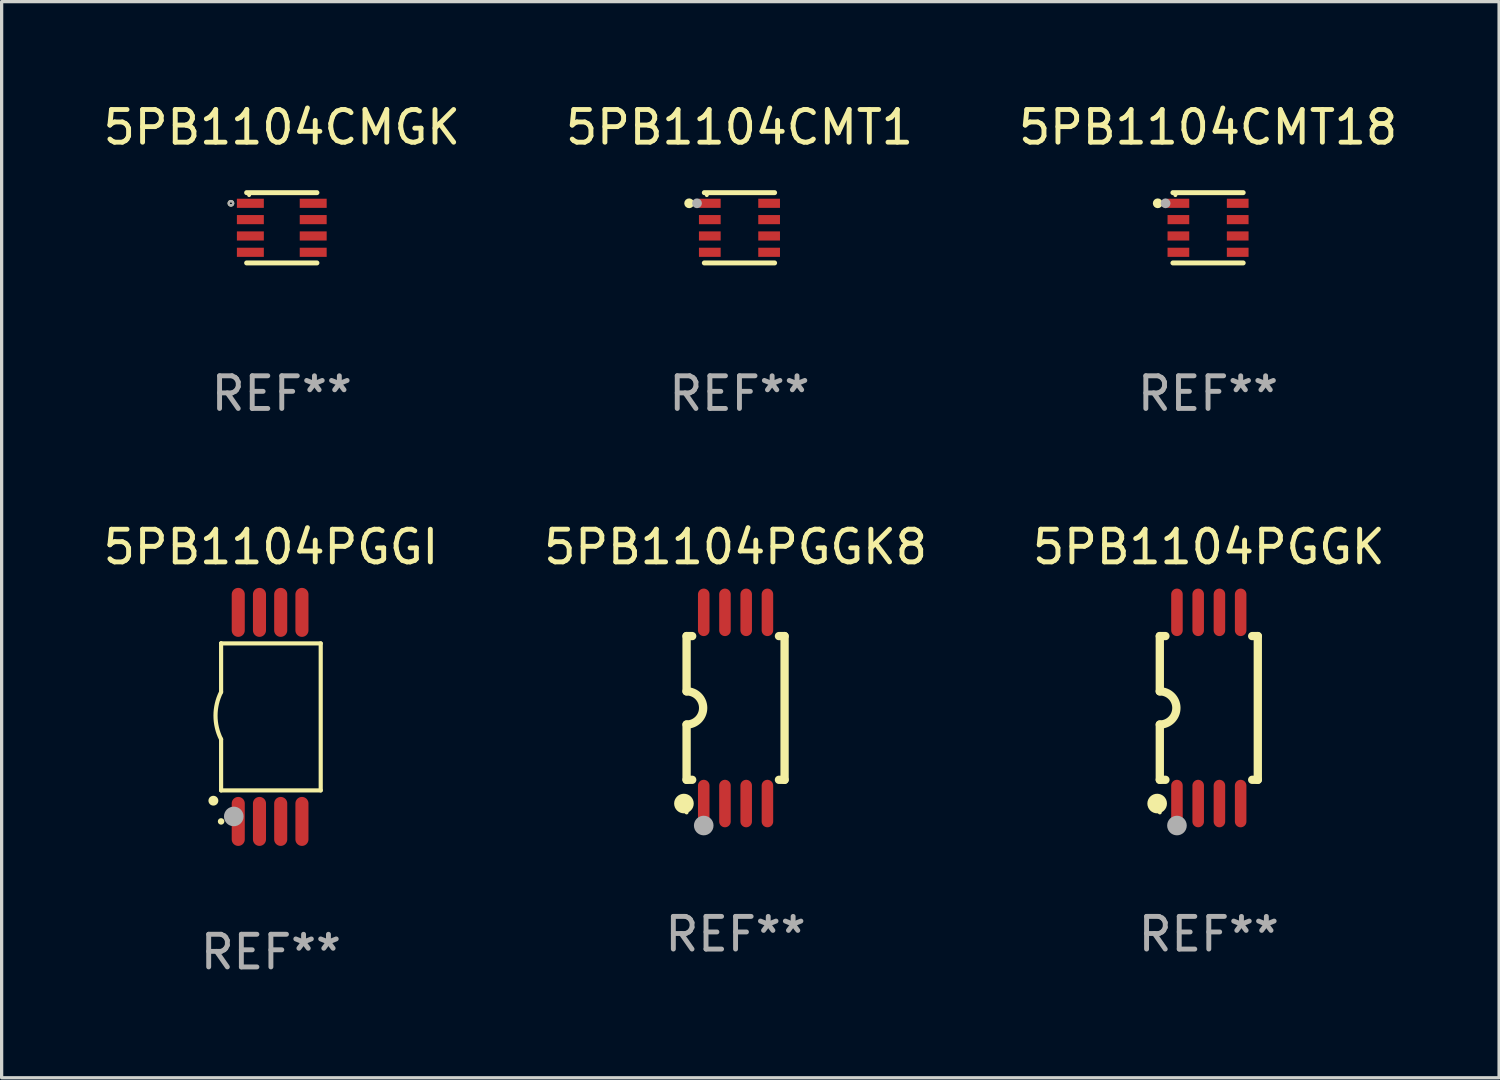
<source format=kicad_pcb>
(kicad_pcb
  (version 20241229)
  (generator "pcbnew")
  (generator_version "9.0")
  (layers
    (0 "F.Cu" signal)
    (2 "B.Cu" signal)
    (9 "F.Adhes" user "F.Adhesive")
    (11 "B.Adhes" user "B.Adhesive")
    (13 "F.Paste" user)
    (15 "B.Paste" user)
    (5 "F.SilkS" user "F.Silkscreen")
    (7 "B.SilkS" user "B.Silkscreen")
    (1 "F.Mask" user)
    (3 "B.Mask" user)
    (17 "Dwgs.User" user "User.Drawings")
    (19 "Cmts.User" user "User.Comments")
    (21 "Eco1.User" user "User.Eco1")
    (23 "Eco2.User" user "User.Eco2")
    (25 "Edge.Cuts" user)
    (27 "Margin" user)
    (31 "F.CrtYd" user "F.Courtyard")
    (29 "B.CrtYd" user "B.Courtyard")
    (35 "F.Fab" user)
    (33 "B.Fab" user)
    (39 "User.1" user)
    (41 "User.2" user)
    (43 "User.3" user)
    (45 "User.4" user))
  (footprint "5PB1104PGGK8"
    (layer "F.Cu")
    (at 19.47 18.624)
    (property "Reference" "5PB1104PGGK8" (at 0 -4.927 0) (layer "F.SilkS") (effects (font (size 1 1) (thickness 0.15))))
    (attr through_hole)
    (fp_line (start -1.5 -2.2) (end -1.5 -0.508) (stroke (width 0.254) (type solid)) (layer "F.SilkS"))
    (fp_line (start -1.5 -2.2) (end -1.328 -2.2) (stroke (width 0.254) (type solid)) (layer "F.SilkS"))
    (fp_line (start -1.5 2.2) (end -1.5 0.508) (stroke (width 0.254) (type solid)) (layer "F.SilkS"))
    (fp_line (start -1.5 2.2) (end -1.328 2.2) (stroke (width 0.254) (type solid)) (layer "F.SilkS"))
    (fp_line (start 1.328 -2.2) (end 1.5 -2.2) (stroke (width 0.254) (type solid)) (layer "F.SilkS"))
    (fp_line (start 1.328 2.2) (end 1.5 2.2) (stroke (width 0.254) (type solid)) (layer "F.SilkS"))
    (fp_line (start 1.5 -2.2) (end 1.5 2.2) (stroke (width 0.254) (type solid)) (layer "F.SilkS"))
    (fp_arc (start -1.501144 -0.508) (mid -0.993143 -0.000571) (end -1.5 0.508001) (stroke (width 0.254001) (type solid)) (layer "F.SilkS"))
    (fp_circle (center -1.581 2.927) (end -1.431 2.927) (stroke (width 0.3) (type solid)) (fill no) (layer "F.SilkS"))
    (fp_circle (center -1.5 3.2) (end -1.47 3.2) (stroke (width 0.06) (type solid)) (fill no) (layer "F.SilkS"))
    (fp_circle (center -0.975 3.6) (end -0.825 3.6) (stroke (width 0.3) (type solid)) (fill no) (layer "F.Fab"))
    (fp_text user "REF**" (at 0 6.927 0) (layer "F.Fab") (effects (font (size 1 1) (thickness 0.15))))
    (pad "1" smd oval (at -0.975 2.927) (size 0.353 1.454) (layers "F.Cu" "F.Mask" "F.Paste"))
    (pad "2" smd oval (at -0.325 2.927) (size 0.353 1.454) (layers "F.Cu" "F.Mask" "F.Paste"))
    (pad "3" smd oval (at 0.325 2.927) (size 0.353 1.454) (layers "F.Cu" "F.Mask" "F.Paste"))
    (pad "4" smd oval (at 0.975 2.927) (size 0.353 1.454) (layers "F.Cu" "F.Mask" "F.Paste"))
    (pad "5" smd oval (at 0.975 -2.927) (size 0.353 1.454) (layers "F.Cu" "F.Mask" "F.Paste"))
    (pad "6" smd oval (at 0.325 -2.927) (size 0.353 1.454) (layers "F.Cu" "F.Mask" "F.Paste"))
    (pad "7" smd oval (at -0.325 -2.927) (size 0.353 1.454) (layers "F.Cu" "F.Mask" "F.Paste"))
    (pad "8" smd oval (at -0.975 -2.927) (size 0.353 1.454) (layers "F.Cu" "F.Mask" "F.Paste")))
  (footprint "5PB1104PGGK"
    (layer "F.Cu")
    (at 33.958 18.624)
    (property "Reference" "5PB1104PGGK" (at 0 -4.927 0) (layer "F.SilkS") (effects (font (size 1 1) (thickness 0.15))))
    (attr through_hole)
    (fp_line (start -1.5 -2.2) (end -1.5 -0.508) (stroke (width 0.254) (type solid)) (layer "F.SilkS"))
    (fp_line (start -1.5 -2.2) (end -1.328 -2.2) (stroke (width 0.254) (type solid)) (layer "F.SilkS"))
    (fp_line (start -1.5 2.2) (end -1.5 0.508) (stroke (width 0.254) (type solid)) (layer "F.SilkS"))
    (fp_line (start -1.5 2.2) (end -1.328 2.2) (stroke (width 0.254) (type solid)) (layer "F.SilkS"))
    (fp_line (start 1.328 -2.2) (end 1.5 -2.2) (stroke (width 0.254) (type solid)) (layer "F.SilkS"))
    (fp_line (start 1.328 2.2) (end 1.5 2.2) (stroke (width 0.254) (type solid)) (layer "F.SilkS"))
    (fp_line (start 1.5 -2.2) (end 1.5 2.2) (stroke (width 0.254) (type solid)) (layer "F.SilkS"))
    (fp_arc (start -1.501144 -0.508) (mid -0.993143 -0.000571) (end -1.5 0.508001) (stroke (width 0.254001) (type solid)) (layer "F.SilkS"))
    (fp_circle (center -1.581 2.927) (end -1.431 2.927) (stroke (width 0.3) (type solid)) (fill no) (layer "F.SilkS"))
    (fp_circle (center -1.5 3.2) (end -1.47 3.2) (stroke (width 0.06) (type solid)) (fill no) (layer "F.SilkS"))
    (fp_circle (center -0.975 3.6) (end -0.825 3.6) (stroke (width 0.3) (type solid)) (fill no) (layer "F.Fab"))
    (fp_text user "REF**" (at 0 6.927 0) (layer "F.Fab") (effects (font (size 1 1) (thickness 0.15))))
    (pad "1" smd oval (at -0.975 2.927) (size 0.353 1.454) (layers "F.Cu" "F.Mask" "F.Paste"))
    (pad "2" smd oval (at -0.325 2.927) (size 0.353 1.454) (layers "F.Cu" "F.Mask" "F.Paste"))
    (pad "3" smd oval (at 0.325 2.927) (size 0.353 1.454) (layers "F.Cu" "F.Mask" "F.Paste"))
    (pad "4" smd oval (at 0.975 2.927) (size 0.353 1.454) (layers "F.Cu" "F.Mask" "F.Paste"))
    (pad "5" smd oval (at 0.975 -2.927) (size 0.353 1.454) (layers "F.Cu" "F.Mask" "F.Paste"))
    (pad "6" smd oval (at 0.325 -2.927) (size 0.353 1.454) (layers "F.Cu" "F.Mask" "F.Paste"))
    (pad "7" smd oval (at -0.325 -2.927) (size 0.353 1.454) (layers "F.Cu" "F.Mask" "F.Paste"))
    (pad "8" smd oval (at -0.975 -2.927) (size 0.353 1.454) (layers "F.Cu" "F.Mask" "F.Paste")))
  (footprint "5PB1104CMGK"
    (layer "F.Cu")
    (at 5.577 3.924)
    (property "Reference" "5PB1104CMGK" (at 0 -3.076 0) (layer "F.SilkS") (effects (font (size 1 1) (thickness 0.15))))
    (attr through_hole)
    (fp_line (start -1.076 -1.076) (end 1.076 -1.076) (stroke (width 0.152) (type solid)) (layer "F.SilkS"))
    (fp_line (start -1.076 1.076) (end 1.076 1.076) (stroke (width 0.152) (type solid)) (layer "F.SilkS"))
    (fp_circle (center -1.557 -0.75) (end -1.523 -0.75) (stroke (width 0.069) (type solid)) (fill no) (layer "F.SilkS"))
    (fp_circle (center -1 -1) (end -0.97 -1) (stroke (width 0.06) (type solid)) (fill no) (layer "F.SilkS"))
    (fp_circle (center -1.557 -0.75) (end -1.523 -0.75) (stroke (width 0.069) (type solid)) (fill no) (layer "F.Fab"))
    (fp_text user "REF**" (at 0 5.076 0) (layer "F.Fab") (effects (font (size 1 1) (thickness 0.15))))
    (pad "1" smd rect (at -0.962 -0.75) (size 0.825 0.28) (layers "F.Cu" "F.Mask" "F.Paste"))
    (pad "2" smd rect (at -0.962 -0.25) (size 0.825 0.28) (layers "F.Cu" "F.Mask" "F.Paste"))
    (pad "3" smd rect (at -0.962 0.25) (size 0.825 0.28) (layers "F.Cu" "F.Mask" "F.Paste"))
    (pad "4" smd rect (at -0.962 0.75) (size 0.825 0.28) (layers "F.Cu" "F.Mask" "F.Paste"))
    (pad "5" smd rect (at 0.962 0.75) (size 0.825 0.28) (layers "F.Cu" "F.Mask" "F.Paste"))
    (pad "6" smd rect (at 0.962 0.25) (size 0.825 0.28) (layers "F.Cu" "F.Mask" "F.Paste"))
    (pad "7" smd rect (at 0.962 -0.25) (size 0.825 0.28) (layers "F.Cu" "F.Mask" "F.Paste"))
    (pad "8" smd rect (at 0.962 -0.75) (size 0.825 0.28) (layers "F.Cu" "F.Mask" "F.Paste")))
  (footprint "5PB1104CMT1"
    (layer "F.Cu")
    (at 19.589 3.924)
    (property "Reference" "5PB1104CMT1" (at 0 -3.076 0) (layer "F.SilkS") (effects (font (size 1 1) (thickness 0.15))))
    (attr through_hole)
    (fp_line (start -1.076 -1.076) (end 1.076 -1.076) (stroke (width 0.152) (type solid)) (layer "F.SilkS"))
    (fp_line (start -1.076 1.076) (end 1.076 1.076) (stroke (width 0.152) (type solid)) (layer "F.SilkS"))
    (fp_circle (center -1.54 -0.75) (end -1.465 -0.75) (stroke (width 0.15) (type solid)) (fill no) (layer "F.SilkS"))
    (fp_circle (center -1 -1) (end -0.97 -1) (stroke (width 0.06) (type solid)) (fill no) (layer "F.SilkS"))
    (fp_circle (center -1.3 -0.75) (end -1.225 -0.75) (stroke (width 0.15) (type solid)) (fill no) (layer "F.Fab"))
    (fp_text user "REF**" (at 0 5.076 0) (layer "F.Fab") (effects (font (size 1 1) (thickness 0.15))))
    (pad "1" smd rect (at -0.908 -0.75) (size 0.665 0.28) (layers "F.Cu" "F.Mask" "F.Paste"))
    (pad "2" smd rect (at -0.908 -0.25) (size 0.665 0.28) (layers "F.Cu" "F.Mask" "F.Paste"))
    (pad "3" smd rect (at -0.908 0.25) (size 0.665 0.28) (layers "F.Cu" "F.Mask" "F.Paste"))
    (pad "4" smd rect (at -0.908 0.75) (size 0.665 0.28) (layers "F.Cu" "F.Mask" "F.Paste"))
    (pad "5" smd rect (at 0.908 0.75) (size 0.665 0.28) (layers "F.Cu" "F.Mask" "F.Paste"))
    (pad "6" smd rect (at 0.908 0.25) (size 0.665 0.28) (layers "F.Cu" "F.Mask" "F.Paste"))
    (pad "7" smd rect (at 0.908 -0.25) (size 0.665 0.28) (layers "F.Cu" "F.Mask" "F.Paste"))
    (pad "8" smd rect (at 0.908 -0.75) (size 0.665 0.28) (layers "F.Cu" "F.Mask" "F.Paste")))
  (footprint "5PB1104CMT18"
    (layer "F.Cu")
    (at 33.935 3.924)
    (property "Reference" "5PB1104CMT18" (at 0 -3.076 0) (layer "F.SilkS") (effects (font (size 1 1) (thickness 0.15))))
    (attr through_hole)
    (fp_line (start -1.076 -1.076) (end 1.076 -1.076) (stroke (width 0.152) (type solid)) (layer "F.SilkS"))
    (fp_line (start -1.076 1.076) (end 1.076 1.076) (stroke (width 0.152) (type solid)) (layer "F.SilkS"))
    (fp_circle (center -1.54 -0.75) (end -1.465 -0.75) (stroke (width 0.15) (type solid)) (fill no) (layer "F.SilkS"))
    (fp_circle (center -1 -1) (end -0.97 -1) (stroke (width 0.06) (type solid)) (fill no) (layer "F.SilkS"))
    (fp_circle (center -1.3 -0.75) (end -1.225 -0.75) (stroke (width 0.15) (type solid)) (fill no) (layer "F.Fab"))
    (fp_text user "REF**" (at 0 5.076 0) (layer "F.Fab") (effects (font (size 1 1) (thickness 0.15))))
    (pad "1" smd rect (at -0.908 -0.75) (size 0.665 0.28) (layers "F.Cu" "F.Mask" "F.Paste"))
    (pad "2" smd rect (at -0.908 -0.25) (size 0.665 0.28) (layers "F.Cu" "F.Mask" "F.Paste"))
    (pad "3" smd rect (at -0.908 0.25) (size 0.665 0.28) (layers "F.Cu" "F.Mask" "F.Paste"))
    (pad "4" smd rect (at -0.908 0.75) (size 0.665 0.28) (layers "F.Cu" "F.Mask" "F.Paste"))
    (pad "5" smd rect (at 0.908 0.75) (size 0.665 0.28) (layers "F.Cu" "F.Mask" "F.Paste"))
    (pad "6" smd rect (at 0.908 0.25) (size 0.665 0.28) (layers "F.Cu" "F.Mask" "F.Paste"))
    (pad "7" smd rect (at 0.908 -0.25) (size 0.665 0.28) (layers "F.Cu" "F.Mask" "F.Paste"))
    (pad "8" smd rect (at 0.908 -0.75) (size 0.665 0.28) (layers "F.Cu" "F.Mask" "F.Paste")))
  (footprint "5PB1104PGGI"
    (layer "F.Cu")
    (at 5.244 18.898)
    (property "Reference" "5PB1104PGGI" (at 0 -5.2 0) (layer "F.SilkS") (effects (font (size 1 1) (thickness 0.15))))
    (attr through_hole)
    (fp_line (start -1.525 -2.25) (end 1.525 -2.25) (stroke (width 0.127) (type solid)) (layer "F.SilkS"))
    (fp_line (start -1.525 -0.762) (end -1.525 -2.25) (stroke (width 0.127) (type solid)) (layer "F.SilkS"))
    (fp_line (start -1.525 -2.25) (end -1.525 -2.25) (stroke (width 0.127) (type solid)) (layer "F.SilkS"))
    (fp_line (start -1.525 2.25) (end -1.525 0.686) (stroke (width 0.127) (type solid)) (layer "F.SilkS"))
    (fp_line (start 1.525 -2.25) (end 1.525 2.25) (stroke (width 0.127) (type solid)) (layer "F.SilkS"))
    (fp_line (start 1.525 2.25) (end -1.525 2.25) (stroke (width 0.127) (type solid)) (layer "F.SilkS"))
    (fp_arc (start -1.762357 2.565405) (mid -1.761087 2.5654) (end -1.759817 2.565405) (stroke (width 0.3) (type solid)) (layer "F.SilkS"))
    (fp_arc (start -1.525146 0.685801) (mid -1.696036 -0.0381) (end -1.525146 -0.762002) (stroke (width 0.127) (type solid)) (layer "F.SilkS"))
    (fp_circle (center -1.525 3.2) (end -1.475 3.2) (stroke (width 0.1) (type solid)) (fill no) (layer "F.SilkS"))
    (fp_circle (center -1.137 3.048) (end -0.987 3.048) (stroke (width 0.3) (type solid)) (fill no) (layer "F.Fab"))
    (fp_text user "REF**" (at 0 7.2 0) (layer "F.Fab") (effects (font (size 1 1) (thickness 0.15))))
    (pad "1" smd oval (at -1 3.2 180) (size 0.4 1.5) (layers "F.Cu" "F.Mask" "F.Paste"))
    (pad "2" smd oval (at -0.35 3.2 180) (size 0.4 1.5) (layers "F.Cu" "F.Mask" "F.Paste"))
    (pad "3" smd oval (at 0.3 3.2 180) (size 0.4 1.5) (layers "F.Cu" "F.Mask" "F.Paste"))
    (pad "4" smd oval (at 0.95 3.2 180) (size 0.4 1.5) (layers "F.Cu" "F.Mask" "F.Paste"))
    (pad "5" smd oval (at 0.95 -3.2 180) (size 0.4 1.5) (layers "F.Cu" "F.Mask" "F.Paste"))
    (pad "6" smd oval (at 0.3 -3.2 180) (size 0.4 1.5) (layers "F.Cu" "F.Mask" "F.Paste"))
    (pad "7" smd oval (at -0.35 -3.2 180) (size 0.4 1.5) (layers "F.Cu" "F.Mask" "F.Paste"))
    (pad "8" smd oval (at -1 -3.2 180) (size 0.4 1.5) (layers "F.Cu" "F.Mask" "F.Paste")))
  (gr_rect
    (start -3 -3)
    (end 42.845 29.946)
    (stroke (width 0.1) (type default))
    (fill no)
    (layer "Edge.Cuts")))
</source>
